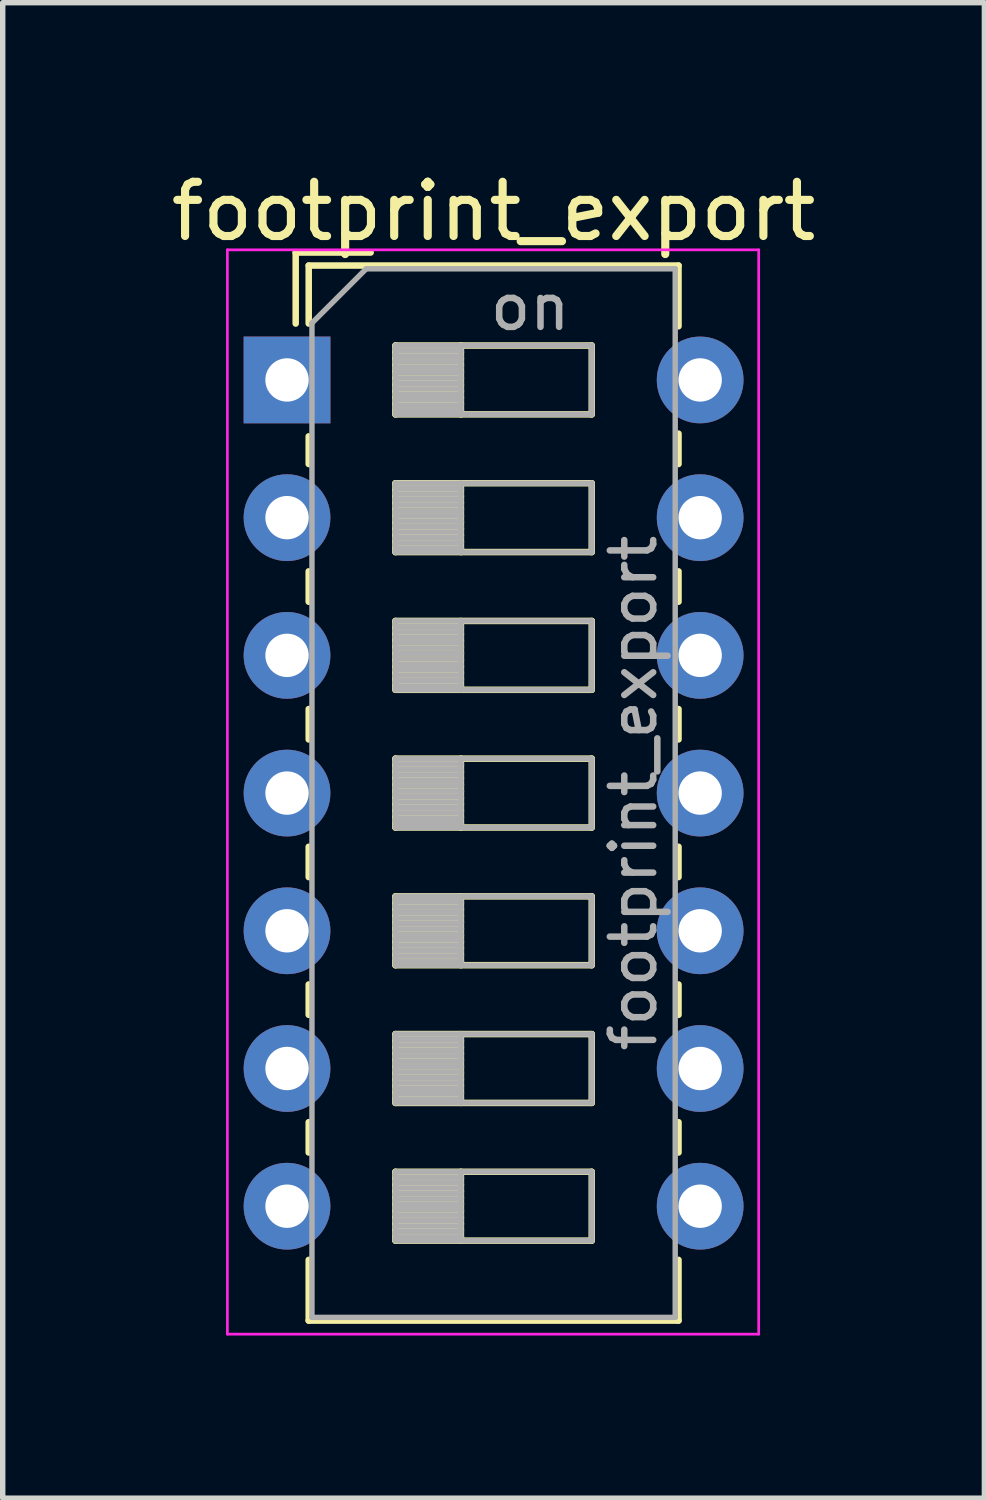
<source format=kicad_pcb>
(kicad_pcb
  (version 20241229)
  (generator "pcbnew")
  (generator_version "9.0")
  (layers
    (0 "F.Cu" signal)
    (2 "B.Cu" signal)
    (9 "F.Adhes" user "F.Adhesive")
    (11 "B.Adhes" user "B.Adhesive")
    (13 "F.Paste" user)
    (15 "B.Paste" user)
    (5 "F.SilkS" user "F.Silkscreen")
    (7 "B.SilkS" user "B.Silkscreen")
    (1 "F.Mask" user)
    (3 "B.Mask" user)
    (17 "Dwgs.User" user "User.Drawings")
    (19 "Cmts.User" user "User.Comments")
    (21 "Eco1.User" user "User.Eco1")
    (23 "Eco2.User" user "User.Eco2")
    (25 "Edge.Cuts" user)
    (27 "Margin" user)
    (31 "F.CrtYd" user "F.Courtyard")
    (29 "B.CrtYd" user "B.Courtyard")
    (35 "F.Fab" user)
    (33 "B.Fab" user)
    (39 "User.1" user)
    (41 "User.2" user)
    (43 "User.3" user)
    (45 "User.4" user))
  (footprint "footprint_export"
    (layer "F.Cu")
    (at 2.244 3.958)
    (property "Reference" "footprint_export" (at 3.81 -3.11 0) (layer "F.SilkS") (effects (font (size 1 1) (thickness 0.15))))
    (attr through_hole)
    (fp_line (start 0.16 -2.35) (end 0.16 -1.04) (stroke (width 0.12) (type solid)) (layer "F.SilkS"))
    (fp_line (start 0.16 -2.35) (end 1.543 -2.35) (stroke (width 0.12) (type solid)) (layer "F.SilkS"))
    (fp_line (start 0.4 -2.11) (end 0.4 -1.04) (stroke (width 0.12) (type solid)) (layer "F.SilkS"))
    (fp_line (start 0.4 -2.11) (end 7.221 -2.11) (stroke (width 0.12) (type solid)) (layer "F.SilkS"))
    (fp_line (start 0.4 1.04) (end 0.4 1.551) (stroke (width 0.12) (type solid)) (layer "F.SilkS"))
    (fp_line (start 0.4 3.53) (end 0.4 4.091) (stroke (width 0.12) (type solid)) (layer "F.SilkS"))
    (fp_line (start 0.4 6.07) (end 0.4 6.631) (stroke (width 0.12) (type solid)) (layer "F.SilkS"))
    (fp_line (start 0.4 8.61) (end 0.4 9.17) (stroke (width 0.12) (type solid)) (layer "F.SilkS"))
    (fp_line (start 0.4 11.15) (end 0.4 11.71) (stroke (width 0.12) (type solid)) (layer "F.SilkS"))
    (fp_line (start 0.4 13.69) (end 0.4 14.25) (stroke (width 0.12) (type solid)) (layer "F.SilkS"))
    (fp_line (start 0.4 16.23) (end 0.4 17.35) (stroke (width 0.12) (type solid)) (layer "F.SilkS"))
    (fp_line (start 0.4 17.35) (end 7.221 17.35) (stroke (width 0.12) (type solid)) (layer "F.SilkS"))
    (fp_line (start 2 -0.635) (end 2 0.635) (stroke (width 0.12) (type solid)) (layer "F.SilkS"))
    (fp_line (start 2 -0.515) (end 3.207 -0.515) (stroke (width 0.12) (type solid)) (layer "F.SilkS"))
    (fp_line (start 2 -0.395) (end 3.207 -0.395) (stroke (width 0.12) (type solid)) (layer "F.SilkS"))
    (fp_line (start 2 -0.275) (end 3.207 -0.275) (stroke (width 0.12) (type solid)) (layer "F.SilkS"))
    (fp_line (start 2 -0.155) (end 3.207 -0.155) (stroke (width 0.12) (type solid)) (layer "F.SilkS"))
    (fp_line (start 2 -0.035) (end 3.207 -0.035) (stroke (width 0.12) (type solid)) (layer "F.SilkS"))
    (fp_line (start 2 0.085) (end 3.207 0.085) (stroke (width 0.12) (type solid)) (layer "F.SilkS"))
    (fp_line (start 2 0.205) (end 3.207 0.205) (stroke (width 0.12) (type solid)) (layer "F.SilkS"))
    (fp_line (start 2 0.325) (end 3.207 0.325) (stroke (width 0.12) (type solid)) (layer "F.SilkS"))
    (fp_line (start 2 0.445) (end 3.207 0.445) (stroke (width 0.12) (type solid)) (layer "F.SilkS"))
    (fp_line (start 2 0.565) (end 3.207 0.565) (stroke (width 0.12) (type solid)) (layer "F.SilkS"))
    (fp_line (start 2 0.635) (end 5.62 0.635) (stroke (width 0.12) (type solid)) (layer "F.SilkS"))
    (fp_line (start 2 1.905) (end 2 3.175) (stroke (width 0.12) (type solid)) (layer "F.SilkS"))
    (fp_line (start 2 2.025) (end 3.207 2.025) (stroke (width 0.12) (type solid)) (layer "F.SilkS"))
    (fp_line (start 2 2.145) (end 3.207 2.145) (stroke (width 0.12) (type solid)) (layer "F.SilkS"))
    (fp_line (start 2 2.265) (end 3.207 2.265) (stroke (width 0.12) (type solid)) (layer "F.SilkS"))
    (fp_line (start 2 2.385) (end 3.207 2.385) (stroke (width 0.12) (type solid)) (layer "F.SilkS"))
    (fp_line (start 2 2.505) (end 3.207 2.505) (stroke (width 0.12) (type solid)) (layer "F.SilkS"))
    (fp_line (start 2 2.625) (end 3.207 2.625) (stroke (width 0.12) (type solid)) (layer "F.SilkS"))
    (fp_line (start 2 2.745) (end 3.207 2.745) (stroke (width 0.12) (type solid)) (layer "F.SilkS"))
    (fp_line (start 2 2.865) (end 3.207 2.865) (stroke (width 0.12) (type solid)) (layer "F.SilkS"))
    (fp_line (start 2 2.985) (end 3.207 2.985) (stroke (width 0.12) (type solid)) (layer "F.SilkS"))
    (fp_line (start 2 3.105) (end 3.207 3.105) (stroke (width 0.12) (type solid)) (layer "F.SilkS"))
    (fp_line (start 2 3.175) (end 5.62 3.175) (stroke (width 0.12) (type solid)) (layer "F.SilkS"))
    (fp_line (start 2 4.445) (end 2 5.715) (stroke (width 0.12) (type solid)) (layer "F.SilkS"))
    (fp_line (start 2 4.565) (end 3.207 4.565) (stroke (width 0.12) (type solid)) (layer "F.SilkS"))
    (fp_line (start 2 4.685) (end 3.207 4.685) (stroke (width 0.12) (type solid)) (layer "F.SilkS"))
    (fp_line (start 2 4.805) (end 3.207 4.805) (stroke (width 0.12) (type solid)) (layer "F.SilkS"))
    (fp_line (start 2 4.925) (end 3.207 4.925) (stroke (width 0.12) (type solid)) (layer "F.SilkS"))
    (fp_line (start 2 5.045) (end 3.207 5.045) (stroke (width 0.12) (type solid)) (layer "F.SilkS"))
    (fp_line (start 2 5.165) (end 3.207 5.165) (stroke (width 0.12) (type solid)) (layer "F.SilkS"))
    (fp_line (start 2 5.285) (end 3.207 5.285) (stroke (width 0.12) (type solid)) (layer "F.SilkS"))
    (fp_line (start 2 5.405) (end 3.207 5.405) (stroke (width 0.12) (type solid)) (layer "F.SilkS"))
    (fp_line (start 2 5.525) (end 3.207 5.525) (stroke (width 0.12) (type solid)) (layer "F.SilkS"))
    (fp_line (start 2 5.645) (end 3.207 5.645) (stroke (width 0.12) (type solid)) (layer "F.SilkS"))
    (fp_line (start 2 5.715) (end 5.62 5.715) (stroke (width 0.12) (type solid)) (layer "F.SilkS"))
    (fp_line (start 2 6.985) (end 2 8.255) (stroke (width 0.12) (type solid)) (layer "F.SilkS"))
    (fp_line (start 2 7.105) (end 3.207 7.105) (stroke (width 0.12) (type solid)) (layer "F.SilkS"))
    (fp_line (start 2 7.225) (end 3.207 7.225) (stroke (width 0.12) (type solid)) (layer "F.SilkS"))
    (fp_line (start 2 7.345) (end 3.207 7.345) (stroke (width 0.12) (type solid)) (layer "F.SilkS"))
    (fp_line (start 2 7.465) (end 3.207 7.465) (stroke (width 0.12) (type solid)) (layer "F.SilkS"))
    (fp_line (start 2 7.585) (end 3.207 7.585) (stroke (width 0.12) (type solid)) (layer "F.SilkS"))
    (fp_line (start 2 7.705) (end 3.207 7.705) (stroke (width 0.12) (type solid)) (layer "F.SilkS"))
    (fp_line (start 2 7.825) (end 3.207 7.825) (stroke (width 0.12) (type solid)) (layer "F.SilkS"))
    (fp_line (start 2 7.945) (end 3.207 7.945) (stroke (width 0.12) (type solid)) (layer "F.SilkS"))
    (fp_line (start 2 8.065) (end 3.207 8.065) (stroke (width 0.12) (type solid)) (layer "F.SilkS"))
    (fp_line (start 2 8.185) (end 3.207 8.185) (stroke (width 0.12) (type solid)) (layer "F.SilkS"))
    (fp_line (start 2 8.255) (end 5.62 8.255) (stroke (width 0.12) (type solid)) (layer "F.SilkS"))
    (fp_line (start 2 9.525) (end 2 10.795) (stroke (width 0.12) (type solid)) (layer "F.SilkS"))
    (fp_line (start 2 9.645) (end 3.207 9.645) (stroke (width 0.12) (type solid)) (layer "F.SilkS"))
    (fp_line (start 2 9.765) (end 3.207 9.765) (stroke (width 0.12) (type solid)) (layer "F.SilkS"))
    (fp_line (start 2 9.885) (end 3.207 9.885) (stroke (width 0.12) (type solid)) (layer "F.SilkS"))
    (fp_line (start 2 10.005) (end 3.207 10.005) (stroke (width 0.12) (type solid)) (layer "F.SilkS"))
    (fp_line (start 2 10.125) (end 3.207 10.125) (stroke (width 0.12) (type solid)) (layer "F.SilkS"))
    (fp_line (start 2 10.245) (end 3.207 10.245) (stroke (width 0.12) (type solid)) (layer "F.SilkS"))
    (fp_line (start 2 10.365) (end 3.207 10.365) (stroke (width 0.12) (type solid)) (layer "F.SilkS"))
    (fp_line (start 2 10.485) (end 3.207 10.485) (stroke (width 0.12) (type solid)) (layer "F.SilkS"))
    (fp_line (start 2 10.605) (end 3.207 10.605) (stroke (width 0.12) (type solid)) (layer "F.SilkS"))
    (fp_line (start 2 10.725) (end 3.207 10.725) (stroke (width 0.12) (type solid)) (layer "F.SilkS"))
    (fp_line (start 2 10.795) (end 5.62 10.795) (stroke (width 0.12) (type solid)) (layer "F.SilkS"))
    (fp_line (start 2 12.065) (end 2 13.335) (stroke (width 0.12) (type solid)) (layer "F.SilkS"))
    (fp_line (start 2 12.185) (end 3.207 12.185) (stroke (width 0.12) (type solid)) (layer "F.SilkS"))
    (fp_line (start 2 12.305) (end 3.207 12.305) (stroke (width 0.12) (type solid)) (layer "F.SilkS"))
    (fp_line (start 2 12.425) (end 3.207 12.425) (stroke (width 0.12) (type solid)) (layer "F.SilkS"))
    (fp_line (start 2 12.545) (end 3.207 12.545) (stroke (width 0.12) (type solid)) (layer "F.SilkS"))
    (fp_line (start 2 12.665) (end 3.207 12.665) (stroke (width 0.12) (type solid)) (layer "F.SilkS"))
    (fp_line (start 2 12.785) (end 3.207 12.785) (stroke (width 0.12) (type solid)) (layer "F.SilkS"))
    (fp_line (start 2 12.905) (end 3.207 12.905) (stroke (width 0.12) (type solid)) (layer "F.SilkS"))
    (fp_line (start 2 13.025) (end 3.207 13.025) (stroke (width 0.12) (type solid)) (layer "F.SilkS"))
    (fp_line (start 2 13.145) (end 3.207 13.145) (stroke (width 0.12) (type solid)) (layer "F.SilkS"))
    (fp_line (start 2 13.265) (end 3.207 13.265) (stroke (width 0.12) (type solid)) (layer "F.SilkS"))
    (fp_line (start 2 13.335) (end 5.62 13.335) (stroke (width 0.12) (type solid)) (layer "F.SilkS"))
    (fp_line (start 2 14.605) (end 2 15.875) (stroke (width 0.12) (type solid)) (layer "F.SilkS"))
    (fp_line (start 2 14.725) (end 3.207 14.725) (stroke (width 0.12) (type solid)) (layer "F.SilkS"))
    (fp_line (start 2 14.845) (end 3.207 14.845) (stroke (width 0.12) (type solid)) (layer "F.SilkS"))
    (fp_line (start 2 14.965) (end 3.207 14.965) (stroke (width 0.12) (type solid)) (layer "F.SilkS"))
    (fp_line (start 2 15.085) (end 3.207 15.085) (stroke (width 0.12) (type solid)) (layer "F.SilkS"))
    (fp_line (start 2 15.205) (end 3.207 15.205) (stroke (width 0.12) (type solid)) (layer "F.SilkS"))
    (fp_line (start 2 15.325) (end 3.207 15.325) (stroke (width 0.12) (type solid)) (layer "F.SilkS"))
    (fp_line (start 2 15.445) (end 3.207 15.445) (stroke (width 0.12) (type solid)) (layer "F.SilkS"))
    (fp_line (start 2 15.565) (end 3.207 15.565) (stroke (width 0.12) (type solid)) (layer "F.SilkS"))
    (fp_line (start 2 15.685) (end 3.207 15.685) (stroke (width 0.12) (type solid)) (layer "F.SilkS"))
    (fp_line (start 2 15.805) (end 3.207 15.805) (stroke (width 0.12) (type solid)) (layer "F.SilkS"))
    (fp_line (start 2 15.875) (end 5.62 15.875) (stroke (width 0.12) (type solid)) (layer "F.SilkS"))
    (fp_line (start 3.207 -0.635) (end 3.207 0.635) (stroke (width 0.12) (type solid)) (layer "F.SilkS"))
    (fp_line (start 3.207 1.905) (end 3.207 3.175) (stroke (width 0.12) (type solid)) (layer "F.SilkS"))
    (fp_line (start 3.207 4.445) (end 3.207 5.715) (stroke (width 0.12) (type solid)) (layer "F.SilkS"))
    (fp_line (start 3.207 6.985) (end 3.207 8.255) (stroke (width 0.12) (type solid)) (layer "F.SilkS"))
    (fp_line (start 3.207 9.525) (end 3.207 10.795) (stroke (width 0.12) (type solid)) (layer "F.SilkS"))
    (fp_line (start 3.207 12.065) (end 3.207 13.335) (stroke (width 0.12) (type solid)) (layer "F.SilkS"))
    (fp_line (start 3.207 14.605) (end 3.207 15.875) (stroke (width 0.12) (type solid)) (layer "F.SilkS"))
    (fp_line (start 5.62 -0.635) (end 2 -0.635) (stroke (width 0.12) (type solid)) (layer "F.SilkS"))
    (fp_line (start 5.62 0.635) (end 5.62 -0.635) (stroke (width 0.12) (type solid)) (layer "F.SilkS"))
    (fp_line (start 5.62 1.905) (end 2 1.905) (stroke (width 0.12) (type solid)) (layer "F.SilkS"))
    (fp_line (start 5.62 3.175) (end 5.62 1.905) (stroke (width 0.12) (type solid)) (layer "F.SilkS"))
    (fp_line (start 5.62 4.445) (end 2 4.445) (stroke (width 0.12) (type solid)) (layer "F.SilkS"))
    (fp_line (start 5.62 5.715) (end 5.62 4.445) (stroke (width 0.12) (type solid)) (layer "F.SilkS"))
    (fp_line (start 5.62 6.985) (end 2 6.985) (stroke (width 0.12) (type solid)) (layer "F.SilkS"))
    (fp_line (start 5.62 8.255) (end 5.62 6.985) (stroke (width 0.12) (type solid)) (layer "F.SilkS"))
    (fp_line (start 5.62 9.525) (end 2 9.525) (stroke (width 0.12) (type solid)) (layer "F.SilkS"))
    (fp_line (start 5.62 10.795) (end 5.62 9.525) (stroke (width 0.12) (type solid)) (layer "F.SilkS"))
    (fp_line (start 5.62 12.065) (end 2 12.065) (stroke (width 0.12) (type solid)) (layer "F.SilkS"))
    (fp_line (start 5.62 13.335) (end 5.62 12.065) (stroke (width 0.12) (type solid)) (layer "F.SilkS"))
    (fp_line (start 5.62 14.605) (end 2 14.605) (stroke (width 0.12) (type solid)) (layer "F.SilkS"))
    (fp_line (start 5.62 15.875) (end 5.62 14.605) (stroke (width 0.12) (type solid)) (layer "F.SilkS"))
    (fp_line (start 7.221 -2.11) (end 7.221 -0.99) (stroke (width 0.12) (type solid)) (layer "F.SilkS"))
    (fp_line (start 7.221 0.99) (end 7.221 1.551) (stroke (width 0.12) (type solid)) (layer "F.SilkS"))
    (fp_line (start 7.221 3.53) (end 7.221 4.091) (stroke (width 0.12) (type solid)) (layer "F.SilkS"))
    (fp_line (start 7.221 6.07) (end 7.221 6.631) (stroke (width 0.12) (type solid)) (layer "F.SilkS"))
    (fp_line (start 7.221 8.61) (end 7.221 9.17) (stroke (width 0.12) (type solid)) (layer "F.SilkS"))
    (fp_line (start 7.221 11.15) (end 7.221 11.71) (stroke (width 0.12) (type solid)) (layer "F.SilkS"))
    (fp_line (start 7.221 13.69) (end 7.221 14.25) (stroke (width 0.12) (type solid)) (layer "F.SilkS"))
    (fp_line (start 7.221 16.23) (end 7.221 17.35) (stroke (width 0.12) (type solid)) (layer "F.SilkS"))
    (fp_line (start -1.1 -2.4) (end -1.1 17.6) (stroke (width 0.05) (type solid)) (layer "F.CrtYd"))
    (fp_line (start -1.1 17.6) (end 8.7 17.6) (stroke (width 0.05) (type solid)) (layer "F.CrtYd"))
    (fp_line (start 8.7 -2.4) (end -1.1 -2.4) (stroke (width 0.05) (type solid)) (layer "F.CrtYd"))
    (fp_line (start 8.7 17.6) (end 8.7 -2.4) (stroke (width 0.05) (type solid)) (layer "F.CrtYd"))
    (fp_line (start 0.46 -1.05) (end 1.46 -2.05) (stroke (width 0.1) (type solid)) (layer "F.Fab"))
    (fp_line (start 0.46 17.29) (end 0.46 -1.05) (stroke (width 0.1) (type solid)) (layer "F.Fab"))
    (fp_line (start 1.46 -2.05) (end 7.16 -2.05) (stroke (width 0.1) (type solid)) (layer "F.Fab"))
    (fp_line (start 2 -0.635) (end 2 0.635) (stroke (width 0.1) (type solid)) (layer "F.Fab"))
    (fp_line (start 2 -0.535) (end 3.207 -0.535) (stroke (width 0.1) (type solid)) (layer "F.Fab"))
    (fp_line (start 2 -0.435) (end 3.207 -0.435) (stroke (width 0.1) (type solid)) (layer "F.Fab"))
    (fp_line (start 2 -0.335) (end 3.207 -0.335) (stroke (width 0.1) (type solid)) (layer "F.Fab"))
    (fp_line (start 2 -0.235) (end 3.207 -0.235) (stroke (width 0.1) (type solid)) (layer "F.Fab"))
    (fp_line (start 2 -0.135) (end 3.207 -0.135) (stroke (width 0.1) (type solid)) (layer "F.Fab"))
    (fp_line (start 2 -0.035) (end 3.207 -0.035) (stroke (width 0.1) (type solid)) (layer "F.Fab"))
    (fp_line (start 2 0.065) (end 3.207 0.065) (stroke (width 0.1) (type solid)) (layer "F.Fab"))
    (fp_line (start 2 0.165) (end 3.207 0.165) (stroke (width 0.1) (type solid)) (layer "F.Fab"))
    (fp_line (start 2 0.265) (end 3.207 0.265) (stroke (width 0.1) (type solid)) (layer "F.Fab"))
    (fp_line (start 2 0.365) (end 3.207 0.365) (stroke (width 0.1) (type solid)) (layer "F.Fab"))
    (fp_line (start 2 0.465) (end 3.207 0.465) (stroke (width 0.1) (type solid)) (layer "F.Fab"))
    (fp_line (start 2 0.565) (end 3.207 0.565) (stroke (width 0.1) (type solid)) (layer "F.Fab"))
    (fp_line (start 2 0.635) (end 5.62 0.635) (stroke (width 0.1) (type solid)) (layer "F.Fab"))
    (fp_line (start 2 1.905) (end 2 3.175) (stroke (width 0.1) (type solid)) (layer "F.Fab"))
    (fp_line (start 2 2.005) (end 3.207 2.005) (stroke (width 0.1) (type solid)) (layer "F.Fab"))
    (fp_line (start 2 2.105) (end 3.207 2.105) (stroke (width 0.1) (type solid)) (layer "F.Fab"))
    (fp_line (start 2 2.205) (end 3.207 2.205) (stroke (width 0.1) (type solid)) (layer "F.Fab"))
    (fp_line (start 2 2.305) (end 3.207 2.305) (stroke (width 0.1) (type solid)) (layer "F.Fab"))
    (fp_line (start 2 2.405) (end 3.207 2.405) (stroke (width 0.1) (type solid)) (layer "F.Fab"))
    (fp_line (start 2 2.505) (end 3.207 2.505) (stroke (width 0.1) (type solid)) (layer "F.Fab"))
    (fp_line (start 2 2.605) (end 3.207 2.605) (stroke (width 0.1) (type solid)) (layer "F.Fab"))
    (fp_line (start 2 2.705) (end 3.207 2.705) (stroke (width 0.1) (type solid)) (layer "F.Fab"))
    (fp_line (start 2 2.805) (end 3.207 2.805) (stroke (width 0.1) (type solid)) (layer "F.Fab"))
    (fp_line (start 2 2.905) (end 3.207 2.905) (stroke (width 0.1) (type solid)) (layer "F.Fab"))
    (fp_line (start 2 3.005) (end 3.207 3.005) (stroke (width 0.1) (type solid)) (layer "F.Fab"))
    (fp_line (start 2 3.105) (end 3.207 3.105) (stroke (width 0.1) (type solid)) (layer "F.Fab"))
    (fp_line (start 2 3.175) (end 5.62 3.175) (stroke (width 0.1) (type solid)) (layer "F.Fab"))
    (fp_line (start 2 4.445) (end 2 5.715) (stroke (width 0.1) (type solid)) (layer "F.Fab"))
    (fp_line (start 2 4.545) (end 3.207 4.545) (stroke (width 0.1) (type solid)) (layer "F.Fab"))
    (fp_line (start 2 4.645) (end 3.207 4.645) (stroke (width 0.1) (type solid)) (layer "F.Fab"))
    (fp_line (start 2 4.745) (end 3.207 4.745) (stroke (width 0.1) (type solid)) (layer "F.Fab"))
    (fp_line (start 2 4.845) (end 3.207 4.845) (stroke (width 0.1) (type solid)) (layer "F.Fab"))
    (fp_line (start 2 4.945) (end 3.207 4.945) (stroke (width 0.1) (type solid)) (layer "F.Fab"))
    (fp_line (start 2 5.045) (end 3.207 5.045) (stroke (width 0.1) (type solid)) (layer "F.Fab"))
    (fp_line (start 2 5.145) (end 3.207 5.145) (stroke (width 0.1) (type solid)) (layer "F.Fab"))
    (fp_line (start 2 5.245) (end 3.207 5.245) (stroke (width 0.1) (type solid)) (layer "F.Fab"))
    (fp_line (start 2 5.345) (end 3.207 5.345) (stroke (width 0.1) (type solid)) (layer "F.Fab"))
    (fp_line (start 2 5.445) (end 3.207 5.445) (stroke (width 0.1) (type solid)) (layer "F.Fab"))
    (fp_line (start 2 5.545) (end 3.207 5.545) (stroke (width 0.1) (type solid)) (layer "F.Fab"))
    (fp_line (start 2 5.645) (end 3.207 5.645) (stroke (width 0.1) (type solid)) (layer "F.Fab"))
    (fp_line (start 2 5.715) (end 5.62 5.715) (stroke (width 0.1) (type solid)) (layer "F.Fab"))
    (fp_line (start 2 6.985) (end 2 8.255) (stroke (width 0.1) (type solid)) (layer "F.Fab"))
    (fp_line (start 2 7.085) (end 3.207 7.085) (stroke (width 0.1) (type solid)) (layer "F.Fab"))
    (fp_line (start 2 7.185) (end 3.207 7.185) (stroke (width 0.1) (type solid)) (layer "F.Fab"))
    (fp_line (start 2 7.285) (end 3.207 7.285) (stroke (width 0.1) (type solid)) (layer "F.Fab"))
    (fp_line (start 2 7.385) (end 3.207 7.385) (stroke (width 0.1) (type solid)) (layer "F.Fab"))
    (fp_line (start 2 7.485) (end 3.207 7.485) (stroke (width 0.1) (type solid)) (layer "F.Fab"))
    (fp_line (start 2 7.585) (end 3.207 7.585) (stroke (width 0.1) (type solid)) (layer "F.Fab"))
    (fp_line (start 2 7.685) (end 3.207 7.685) (stroke (width 0.1) (type solid)) (layer "F.Fab"))
    (fp_line (start 2 7.785) (end 3.207 7.785) (stroke (width 0.1) (type solid)) (layer "F.Fab"))
    (fp_line (start 2 7.885) (end 3.207 7.885) (stroke (width 0.1) (type solid)) (layer "F.Fab"))
    (fp_line (start 2 7.985) (end 3.207 7.985) (stroke (width 0.1) (type solid)) (layer "F.Fab"))
    (fp_line (start 2 8.085) (end 3.207 8.085) (stroke (width 0.1) (type solid)) (layer "F.Fab"))
    (fp_line (start 2 8.185) (end 3.207 8.185) (stroke (width 0.1) (type solid)) (layer "F.Fab"))
    (fp_line (start 2 8.255) (end 5.62 8.255) (stroke (width 0.1) (type solid)) (layer "F.Fab"))
    (fp_line (start 2 9.525) (end 2 10.795) (stroke (width 0.1) (type solid)) (layer "F.Fab"))
    (fp_line (start 2 9.625) (end 3.207 9.625) (stroke (width 0.1) (type solid)) (layer "F.Fab"))
    (fp_line (start 2 9.725) (end 3.207 9.725) (stroke (width 0.1) (type solid)) (layer "F.Fab"))
    (fp_line (start 2 9.825) (end 3.207 9.825) (stroke (width 0.1) (type solid)) (layer "F.Fab"))
    (fp_line (start 2 9.925) (end 3.207 9.925) (stroke (width 0.1) (type solid)) (layer "F.Fab"))
    (fp_line (start 2 10.025) (end 3.207 10.025) (stroke (width 0.1) (type solid)) (layer "F.Fab"))
    (fp_line (start 2 10.125) (end 3.207 10.125) (stroke (width 0.1) (type solid)) (layer "F.Fab"))
    (fp_line (start 2 10.225) (end 3.207 10.225) (stroke (width 0.1) (type solid)) (layer "F.Fab"))
    (fp_line (start 2 10.325) (end 3.207 10.325) (stroke (width 0.1) (type solid)) (layer "F.Fab"))
    (fp_line (start 2 10.425) (end 3.207 10.425) (stroke (width 0.1) (type solid)) (layer "F.Fab"))
    (fp_line (start 2 10.525) (end 3.207 10.525) (stroke (width 0.1) (type solid)) (layer "F.Fab"))
    (fp_line (start 2 10.625) (end 3.207 10.625) (stroke (width 0.1) (type solid)) (layer "F.Fab"))
    (fp_line (start 2 10.725) (end 3.207 10.725) (stroke (width 0.1) (type solid)) (layer "F.Fab"))
    (fp_line (start 2 10.795) (end 5.62 10.795) (stroke (width 0.1) (type solid)) (layer "F.Fab"))
    (fp_line (start 2 12.065) (end 2 13.335) (stroke (width 0.1) (type solid)) (layer "F.Fab"))
    (fp_line (start 2 12.165) (end 3.207 12.165) (stroke (width 0.1) (type solid)) (layer "F.Fab"))
    (fp_line (start 2 12.265) (end 3.207 12.265) (stroke (width 0.1) (type solid)) (layer "F.Fab"))
    (fp_line (start 2 12.365) (end 3.207 12.365) (stroke (width 0.1) (type solid)) (layer "F.Fab"))
    (fp_line (start 2 12.465) (end 3.207 12.465) (stroke (width 0.1) (type solid)) (layer "F.Fab"))
    (fp_line (start 2 12.565) (end 3.207 12.565) (stroke (width 0.1) (type solid)) (layer "F.Fab"))
    (fp_line (start 2 12.665) (end 3.207 12.665) (stroke (width 0.1) (type solid)) (layer "F.Fab"))
    (fp_line (start 2 12.765) (end 3.207 12.765) (stroke (width 0.1) (type solid)) (layer "F.Fab"))
    (fp_line (start 2 12.865) (end 3.207 12.865) (stroke (width 0.1) (type solid)) (layer "F.Fab"))
    (fp_line (start 2 12.965) (end 3.207 12.965) (stroke (width 0.1) (type solid)) (layer "F.Fab"))
    (fp_line (start 2 13.065) (end 3.207 13.065) (stroke (width 0.1) (type solid)) (layer "F.Fab"))
    (fp_line (start 2 13.165) (end 3.207 13.165) (stroke (width 0.1) (type solid)) (layer "F.Fab"))
    (fp_line (start 2 13.265) (end 3.207 13.265) (stroke (width 0.1) (type solid)) (layer "F.Fab"))
    (fp_line (start 2 13.335) (end 5.62 13.335) (stroke (width 0.1) (type solid)) (layer "F.Fab"))
    (fp_line (start 2 14.605) (end 2 15.875) (stroke (width 0.1) (type solid)) (layer "F.Fab"))
    (fp_line (start 2 14.705) (end 3.207 14.705) (stroke (width 0.1) (type solid)) (layer "F.Fab"))
    (fp_line (start 2 14.805) (end 3.207 14.805) (stroke (width 0.1) (type solid)) (layer "F.Fab"))
    (fp_line (start 2 14.905) (end 3.207 14.905) (stroke (width 0.1) (type solid)) (layer "F.Fab"))
    (fp_line (start 2 15.005) (end 3.207 15.005) (stroke (width 0.1) (type solid)) (layer "F.Fab"))
    (fp_line (start 2 15.105) (end 3.207 15.105) (stroke (width 0.1) (type solid)) (layer "F.Fab"))
    (fp_line (start 2 15.205) (end 3.207 15.205) (stroke (width 0.1) (type solid)) (layer "F.Fab"))
    (fp_line (start 2 15.305) (end 3.207 15.305) (stroke (width 0.1) (type solid)) (layer "F.Fab"))
    (fp_line (start 2 15.405) (end 3.207 15.405) (stroke (width 0.1) (type solid)) (layer "F.Fab"))
    (fp_line (start 2 15.505) (end 3.207 15.505) (stroke (width 0.1) (type solid)) (layer "F.Fab"))
    (fp_line (start 2 15.605) (end 3.207 15.605) (stroke (width 0.1) (type solid)) (layer "F.Fab"))
    (fp_line (start 2 15.705) (end 3.207 15.705) (stroke (width 0.1) (type solid)) (layer "F.Fab"))
    (fp_line (start 2 15.805) (end 3.207 15.805) (stroke (width 0.1) (type solid)) (layer "F.Fab"))
    (fp_line (start 2 15.875) (end 5.62 15.875) (stroke (width 0.1) (type solid)) (layer "F.Fab"))
    (fp_line (start 3.207 -0.635) (end 3.207 0.635) (stroke (width 0.1) (type solid)) (layer "F.Fab"))
    (fp_line (start 3.207 1.905) (end 3.207 3.175) (stroke (width 0.1) (type solid)) (layer "F.Fab"))
    (fp_line (start 3.207 4.445) (end 3.207 5.715) (stroke (width 0.1) (type solid)) (layer "F.Fab"))
    (fp_line (start 3.207 6.985) (end 3.207 8.255) (stroke (width 0.1) (type solid)) (layer "F.Fab"))
    (fp_line (start 3.207 9.525) (end 3.207 10.795) (stroke (width 0.1) (type solid)) (layer "F.Fab"))
    (fp_line (start 3.207 12.065) (end 3.207 13.335) (stroke (width 0.1) (type solid)) (layer "F.Fab"))
    (fp_line (start 3.207 14.605) (end 3.207 15.875) (stroke (width 0.1) (type solid)) (layer "F.Fab"))
    (fp_line (start 5.62 -0.635) (end 2 -0.635) (stroke (width 0.1) (type solid)) (layer "F.Fab"))
    (fp_line (start 5.62 0.635) (end 5.62 -0.635) (stroke (width 0.1) (type solid)) (layer "F.Fab"))
    (fp_line (start 5.62 1.905) (end 2 1.905) (stroke (width 0.1) (type solid)) (layer "F.Fab"))
    (fp_line (start 5.62 3.175) (end 5.62 1.905) (stroke (width 0.1) (type solid)) (layer "F.Fab"))
    (fp_line (start 5.62 4.445) (end 2 4.445) (stroke (width 0.1) (type solid)) (layer "F.Fab"))
    (fp_line (start 5.62 5.715) (end 5.62 4.445) (stroke (width 0.1) (type solid)) (layer "F.Fab"))
    (fp_line (start 5.62 6.985) (end 2 6.985) (stroke (width 0.1) (type solid)) (layer "F.Fab"))
    (fp_line (start 5.62 8.255) (end 5.62 6.985) (stroke (width 0.1) (type solid)) (layer "F.Fab"))
    (fp_line (start 5.62 9.525) (end 2 9.525) (stroke (width 0.1) (type solid)) (layer "F.Fab"))
    (fp_line (start 5.62 10.795) (end 5.62 9.525) (stroke (width 0.1) (type solid)) (layer "F.Fab"))
    (fp_line (start 5.62 12.065) (end 2 12.065) (stroke (width 0.1) (type solid)) (layer "F.Fab"))
    (fp_line (start 5.62 13.335) (end 5.62 12.065) (stroke (width 0.1) (type solid)) (layer "F.Fab"))
    (fp_line (start 5.62 14.605) (end 2 14.605) (stroke (width 0.1) (type solid)) (layer "F.Fab"))
    (fp_line (start 5.62 15.875) (end 5.62 14.605) (stroke (width 0.1) (type solid)) (layer "F.Fab"))
    (fp_line (start 7.16 -2.05) (end 7.16 17.29) (stroke (width 0.1) (type solid)) (layer "F.Fab"))
    (fp_line (start 7.16 17.29) (end 0.46 17.29) (stroke (width 0.1) (type solid)) (layer "F.Fab"))
    (fp_text user "${REFERENCE}" (at 6.39 7.62 90) (layer "F.Fab") (effects (font (size 0.8 0.8) (thickness 0.12))))
    (fp_text user "on" (at 4.485 -1.343 0) (layer "F.Fab") (effects (font (size 0.8 0.8) (thickness 0.12))))
    (pad "1" thru_hole rect (at 0 0) (size 1.6 1.6) (drill 0.8) (layers "*.Cu" "*.Mask"))
    (pad "2" thru_hole oval (at 0 2.54) (size 1.6 1.6) (drill 0.8) (layers "*.Cu" "*.Mask"))
    (pad "3" thru_hole oval (at 0 5.08) (size 1.6 1.6) (drill 0.8) (layers "*.Cu" "*.Mask"))
    (pad "4" thru_hole oval (at 0 7.62) (size 1.6 1.6) (drill 0.8) (layers "*.Cu" "*.Mask"))
    (pad "5" thru_hole oval (at 0 10.16) (size 1.6 1.6) (drill 0.8) (layers "*.Cu" "*.Mask"))
    (pad "6" thru_hole oval (at 0 12.7) (size 1.6 1.6) (drill 0.8) (layers "*.Cu" "*.Mask"))
    (pad "7" thru_hole oval (at 0 15.24) (size 1.6 1.6) (drill 0.8) (layers "*.Cu" "*.Mask"))
    (pad "8" thru_hole oval (at 7.62 15.24) (size 1.6 1.6) (drill 0.8) (layers "*.Cu" "*.Mask"))
    (pad "9" thru_hole oval (at 7.62 12.7) (size 1.6 1.6) (drill 0.8) (layers "*.Cu" "*.Mask"))
    (pad "10" thru_hole oval (at 7.62 10.16) (size 1.6 1.6) (drill 0.8) (layers "*.Cu" "*.Mask"))
    (pad "11" thru_hole oval (at 7.62 7.62) (size 1.6 1.6) (drill 0.8) (layers "*.Cu" "*.Mask"))
    (pad "12" thru_hole oval (at 7.62 5.08) (size 1.6 1.6) (drill 0.8) (layers "*.Cu" "*.Mask"))
    (pad "13" thru_hole oval (at 7.62 2.54) (size 1.6 1.6) (drill 0.8) (layers "*.Cu" "*.Mask"))
    (pad "14" thru_hole oval (at 7.62 0) (size 1.6 1.6) (drill 0.8) (layers "*.Cu" "*.Mask")))
  (gr_rect
    (start -3 -3)
    (end 15.107 24.583)
    (stroke (width 0.1) (type default))
    (fill no)
    (layer "Edge.Cuts")))
</source>
